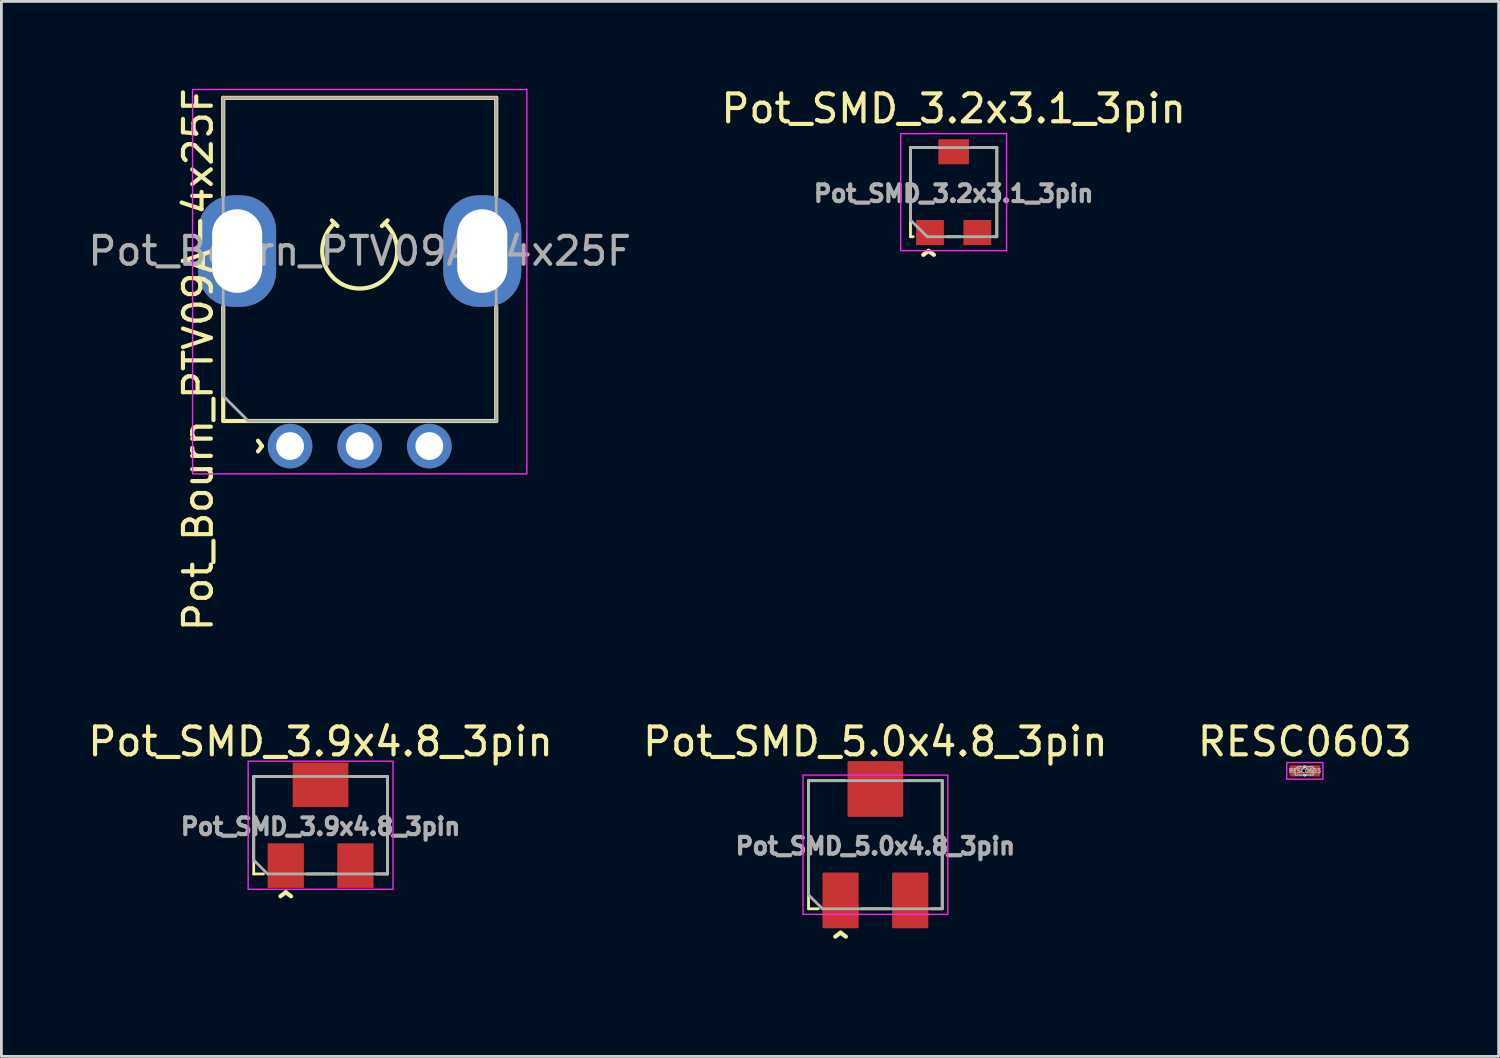
<source format=kicad_pcb>
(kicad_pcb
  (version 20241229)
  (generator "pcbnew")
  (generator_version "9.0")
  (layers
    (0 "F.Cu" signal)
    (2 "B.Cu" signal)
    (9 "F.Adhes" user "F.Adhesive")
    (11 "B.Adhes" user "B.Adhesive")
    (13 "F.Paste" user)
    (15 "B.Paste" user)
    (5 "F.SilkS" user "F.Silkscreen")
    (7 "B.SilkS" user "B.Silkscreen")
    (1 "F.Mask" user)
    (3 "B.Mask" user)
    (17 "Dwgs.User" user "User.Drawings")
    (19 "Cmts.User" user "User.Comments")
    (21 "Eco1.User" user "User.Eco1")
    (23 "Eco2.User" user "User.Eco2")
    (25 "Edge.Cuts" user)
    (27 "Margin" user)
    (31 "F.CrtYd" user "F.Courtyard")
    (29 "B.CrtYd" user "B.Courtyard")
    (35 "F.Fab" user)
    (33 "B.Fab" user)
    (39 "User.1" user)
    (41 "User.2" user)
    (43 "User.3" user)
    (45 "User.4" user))
  (footprint "Pot_Bourn_PTV09A-4x25F"
    (layer "F.Cu")
    (at 9.863 5.963)
    (property "Reference" "Pot_Bourn_PTV09A-4x25F" (at -5.8 3.9 90) (layer "F.SilkS") (effects (font (size 1 1) (thickness 0.15))))
    (fp_line (start -4.9 -5.5) (end -4.9 -2) (stroke (width 0.15) (type solid)) (layer "F.SilkS"))
    (fp_line (start -4.9 -5.5) (end 4.9 -5.5) (stroke (width 0.15) (type solid)) (layer "F.SilkS"))
    (fp_line (start -4.9 2) (end -4.9 6.1) (stroke (width 0.15) (type solid)) (layer "F.SilkS"))
    (fp_line (start -1 -1.1) (end -0.8 -0.9) (stroke (width 0.15) (type solid)) (layer "F.SilkS"))
    (fp_line (start 1 -1.1) (end 0.8 -0.9) (stroke (width 0.15) (type solid)) (layer "F.SilkS"))
    (fp_line (start 4.9 -2) (end 4.9 -5.5) (stroke (width 0.15) (type solid)) (layer "F.SilkS"))
    (fp_line (start 4.9 6.1) (end -4.9 6.1) (stroke (width 0.15) (type solid)) (layer "F.SilkS"))
    (fp_line (start 4.9 6.1) (end 4.9 2) (stroke (width 0.15) (type solid)) (layer "F.SilkS"))
    (fp_arc (start 0.899999 -0.999999) (mid 0 1.345361) (end -0.899999 -0.999999) (stroke (width 0.15) (type solid)) (layer "F.SilkS"))
    (fp_rect (start -6 -5.8) (end 6 8) (stroke (width 0.05) (type solid)) (fill no) (layer "F.CrtYd"))
    (fp_line (start -4.9 -5.5) (end 4.9 -5.5) (stroke (width 0.1) (type solid)) (layer "F.Fab"))
    (fp_line (start -4.9 5.2) (end -4.9 -5.5) (stroke (width 0.1) (type solid)) (layer "F.Fab"))
    (fp_line (start -4 6.1) (end -4.9 5.2) (stroke (width 0.1) (type solid)) (layer "F.Fab"))
    (fp_line (start 4.9 -5.5) (end 4.9 6.1) (stroke (width 0.1) (type solid)) (layer "F.Fab"))
    (fp_line (start 4.9 6.1) (end -4 6.1) (stroke (width 0.1) (type solid)) (layer "F.Fab"))
    (fp_text user "^" (at -4.1 7 270) (unlocked yes) (layer "F.SilkS") (effects (font (size 1 1) (thickness 0.15)) (justify mirror)))
    (fp_text user "${REFERENCE}" (at 0 0 0) (unlocked yes) (layer "F.Fab") (effects (font (size 1 1) (thickness 0.15))))
    (pad "" thru_hole roundrect (at -4.4 0) (size 2.8 4) (drill oval 1.8 3) (layers "*.Cu" "*.Mask") (roundrect_rratio 0.45))
    (pad "" thru_hole roundrect (at 4.4 0 180) (size 2.8 4) (drill oval 1.8 3) (layers "*.Cu" "*.Mask") (roundrect_rratio 0.45))
    (pad "1" thru_hole circle (at -2.5 7) (size 1.6 1.6) (drill 1) (layers "*.Cu" "*.Mask"))
    (pad "2" thru_hole circle (at 0 7) (size 1.6 1.6) (drill 1) (layers "*.Cu" "*.Mask"))
    (pad "3" thru_hole circle (at 2.5 7) (size 1.6 1.6) (drill 1) (layers "*.Cu" "*.Mask")))
  (footprint "Pot_SMD_3.9x4.8_3pin"
    (layer "F.Cu")
    (at 8.458 26.574)
    (property "Reference" "Pot_SMD_3.9x4.8_3pin" (at 0 -3 0) (layer "F.SilkS") (effects (font (size 1 1) (thickness 0.15))))
    (attr smd)
    (fp_line (start -2.4 -1.75) (end -2.4 1.75) (stroke (width 0.1) (type solid)) (layer "F.SilkS"))
    (fp_line (start -2.4 -1.75) (end -1.1 -1.75) (stroke (width 0.1) (type solid)) (layer "F.SilkS"))
    (fp_line (start -2.4 1.75) (end -2.05 1.75) (stroke (width 0.1) (type solid)) (layer "F.SilkS"))
    (fp_line (start -0.5 1.75) (end 0.5 1.75) (stroke (width 0.1) (type solid)) (layer "F.SilkS"))
    (fp_line (start 2.4 -1.75) (end 1.1 -1.75) (stroke (width 0.1) (type solid)) (layer "F.SilkS"))
    (fp_line (start 2.4 1.75) (end 2 1.75) (stroke (width 0.1) (type solid)) (layer "F.SilkS"))
    (fp_line (start 2.4 1.75) (end 2.4 -1.75) (stroke (width 0.1) (type solid)) (layer "F.SilkS"))
    (fp_rect (start -2.6 -2.3) (end 2.6 2.3) (stroke (width 0.05) (type solid)) (fill no) (layer "F.CrtYd"))
    (fp_line (start -2.4 -1.75) (end 2.4 -1.75) (stroke (width 0.1) (type solid)) (layer "F.Fab"))
    (fp_line (start -2.4 1.25) (end -2.4 -1.75) (stroke (width 0.1) (type solid)) (layer "F.Fab"))
    (fp_line (start -1.9 1.75) (end -2.4 1.25) (stroke (width 0.1) (type solid)) (layer "F.Fab"))
    (fp_line (start 2.4 -1.75) (end 2.4 1.75) (stroke (width 0.1) (type solid)) (layer "F.Fab"))
    (fp_line (start 2.4 1.75) (end -1.9 1.75) (stroke (width 0.1) (type solid)) (layer "F.Fab"))
    (fp_line (start 1.2 -1.15) (end 1.2 -0.15) (stroke (width 0.1) (type solid)) (layer "User.1"))
    (fp_line (start 1.7 -0.65) (end 0.7 -0.65) (stroke (width 0.1) (type solid)) (layer "User.1"))
    (fp_circle (center 1.2 -0.65) (end 1.95 -0.65) (stroke (width 0.1) (type solid)) (fill no) (layer "User.1"))
    (fp_text user "^" (at -1.25 3 0) (unlocked yes) (layer "F.SilkS") (effects (font (size 1 1) (thickness 0.15))))
    (fp_text user "${REFERENCE}" (at 0 0.05 0) (unlocked yes) (layer "F.Fab") (effects (font (size 0.6 0.6) (thickness 0.15))))
    (pad "1" smd rect (at -1.25 1.45) (size 1.3 1.6) (layers "F.Cu" "F.Mask" "F.Paste"))
    (pad "2" smd rect (at 0 -1.45) (size 2 1.6) (layers "F.Cu" "F.Mask" "F.Paste"))
    (pad "3" smd rect (at 1.25 1.45) (size 1.3 1.6) (layers "F.Cu" "F.Mask" "F.Paste")))
  (footprint "RESC0603"
    (layer "F.Cu")
    (at 43.792 24.624)
    (property "Reference" "RESC0603" (at 0 -1.05 0) (layer "F.SilkS") (effects (font (size 1 1) (thickness 0.15))))
    (attr smd)
    (fp_line (start 0.025 -0.15) (end -0.025 -0.15) (stroke (width 0.1) (type default)) (layer "F.SilkS"))
    (fp_line (start 0.025 0.15) (end -0.025 0.15) (stroke (width 0.1) (type default)) (layer "F.SilkS"))
    (fp_rect (start 0.65 -0.3) (end -0.65 0.3) (stroke (width 0.05) (type default)) (fill no) (layer "F.CrtYd"))
    (fp_poly (pts (xy 0.3 -0.15) (xy 0.3 0.15) (xy -0.35 0.15) (xy -0.35 -0.05) (xy -0.25 -0.15)) (stroke (width 0.05) (type solid)) (fill no) (layer "F.Fab"))
    (fp_text user "${REFERENCE}" (at 0 0 0) (layer "F.Fab") (effects (font (size 0.15 0.15) (thickness 0.037))))
    (pad "" smd roundrect (at -0.345 0) (size 0.318 0.36) (layers "F.Paste") (roundrect_rratio 0.157))
    (pad "" smd roundrect (at 0.345 0) (size 0.318 0.36) (layers "F.Paste") (roundrect_rratio 0.157))
    (pad "1" smd roundrect (at -0.32 0) (size 0.46 0.4) (layers "F.Cu" "F.Mask") (roundrect_rratio 0.125))
    (pad "2" smd roundrect (at 0.32 0) (size 0.46 0.4) (layers "F.Cu" "F.Mask") (roundrect_rratio 0.125)))
  (footprint "Pot_SMD_3.2x3.1_3pin"
    (layer "F.Cu")
    (at 31.185 3.848)
    (property "Reference" "Pot_SMD_3.2x3.1_3pin" (at 0 -3 0) (layer "F.SilkS") (effects (font (size 1 1) (thickness 0.15))))
    (attr smd)
    (fp_line (start -1.55 -1.6) (end -1.55 1.6) (stroke (width 0.1) (type solid)) (layer "F.SilkS"))
    (fp_line (start -1.55 -1.6) (end -0.65 -1.6) (stroke (width 0.1) (type solid)) (layer "F.SilkS"))
    (fp_line (start -1.55 1.6) (end -1.45 1.6) (stroke (width 0.1) (type solid)) (layer "F.SilkS"))
    (fp_line (start -0.25 1.6) (end 0.25 1.6) (stroke (width 0.1) (type solid)) (layer "F.SilkS"))
    (fp_line (start 1.55 -1.6) (end 0.65 -1.6) (stroke (width 0.1) (type solid)) (layer "F.SilkS"))
    (fp_line (start 1.55 1.6) (end 1.45 1.6) (stroke (width 0.1) (type solid)) (layer "F.SilkS"))
    (fp_line (start 1.55 1.6) (end 1.55 -1.6) (stroke (width 0.1) (type solid)) (layer "F.SilkS"))
    (fp_rect (start -1.9 -2.1) (end 1.9 2.1) (stroke (width 0.05) (type solid)) (fill no) (layer "F.CrtYd"))
    (fp_line (start -1.55 -1.6) (end 1.55 -1.6) (stroke (width 0.1) (type solid)) (layer "F.Fab"))
    (fp_line (start -1.55 1) (end -1.55 -1.6) (stroke (width 0.1) (type solid)) (layer "F.Fab"))
    (fp_line (start -0.95 1.6) (end -1.55 1) (stroke (width 0.1) (type solid)) (layer "F.Fab"))
    (fp_line (start 1.55 -1.6) (end 1.55 1.6) (stroke (width 0.1) (type solid)) (layer "F.Fab"))
    (fp_line (start 1.55 1.6) (end -0.95 1.6) (stroke (width 0.1) (type solid)) (layer "F.Fab"))
    (fp_line (start 0 -0.5) (end 0 0.5) (stroke (width 0.1) (type solid)) (layer "User.1"))
    (fp_line (start 0.5 0) (end -0.5 0) (stroke (width 0.1) (type solid)) (layer "User.1"))
    (fp_circle (center 0 0) (end 1.1 0) (stroke (width 0.1) (type solid)) (fill no) (layer "User.1"))
    (fp_text user "^" (at -0.9 2.7 0) (unlocked yes) (layer "F.SilkS") (effects (font (size 1 1) (thickness 0.15))))
    (fp_text user "${REFERENCE}" (at 0 0.05 0) (unlocked yes) (layer "F.Fab") (effects (font (size 0.6 0.6) (thickness 0.15))))
    (pad "1" smd rect (at -0.85 1.45) (size 1 0.9) (layers "F.Cu" "F.Mask" "F.Paste"))
    (pad "2" smd rect (at 0 -1.45) (size 1.1 0.9) (layers "F.Cu" "F.Mask" "F.Paste"))
    (pad "3" smd rect (at 0.85 1.45) (size 1 0.9) (layers "F.Cu" "F.Mask" "F.Paste")))
  (footprint "Pot_SMD_5.0x4.8_3pin"
    (layer "F.Cu")
    (at 28.375 27.274)
    (property "Reference" "Pot_SMD_5.0x4.8_3pin" (at 0 -3.7 0) (layer "F.SilkS") (effects (font (size 1 1) (thickness 0.15))))
    (attr smd)
    (fp_line (start -2.4 -2.3) (end -2.4 2.3) (stroke (width 0.1) (type solid)) (layer "F.SilkS"))
    (fp_line (start -2.4 -2.3) (end -1.1 -2.3) (stroke (width 0.1) (type solid)) (layer "F.SilkS"))
    (fp_line (start -2.4 2.3) (end -2.05 2.3) (stroke (width 0.1) (type solid)) (layer "F.SilkS"))
    (fp_line (start -0.5 2.3) (end 0.5 2.3) (stroke (width 0.1) (type solid)) (layer "F.SilkS"))
    (fp_line (start 2.4 -2.3) (end 1.1 -2.3) (stroke (width 0.1) (type solid)) (layer "F.SilkS"))
    (fp_line (start 2.4 2.3) (end 2 2.3) (stroke (width 0.1) (type solid)) (layer "F.SilkS"))
    (fp_line (start 2.4 2.3) (end 2.4 -2.3) (stroke (width 0.1) (type solid)) (layer "F.SilkS"))
    (fp_rect (start -2.6 -2.5) (end 2.6 2.5) (stroke (width 0.05) (type solid)) (fill no) (layer "F.CrtYd"))
    (fp_line (start -2.4 -2.3) (end 2.4 -2.3) (stroke (width 0.1) (type solid)) (layer "F.Fab"))
    (fp_line (start -2.4 1.8) (end -2.4 -2.3) (stroke (width 0.1) (type solid)) (layer "F.Fab"))
    (fp_line (start -1.9 2.3) (end -2.4 1.8) (stroke (width 0.1) (type solid)) (layer "F.Fab"))
    (fp_line (start 2.4 -2.3) (end 2.4 2.3) (stroke (width 0.1) (type solid)) (layer "F.Fab"))
    (fp_line (start 2.4 2.3) (end -1.9 2.3) (stroke (width 0.1) (type solid)) (layer "F.Fab"))
    (fp_line (start -1.65 -2.8) (end -1.65 -1.8) (stroke (width 0.1) (type solid)) (layer "User.1"))
    (fp_line (start -1.15 -2.3) (end -2.15 -2.3) (stroke (width 0.1) (type solid)) (layer "User.1"))
    (fp_circle (center -1.65 -2.3) (end -0.9 -2.3) (stroke (width 0.1) (type solid)) (fill no) (layer "User.1"))
    (fp_text user "^" (at -1.25 3.75 0) (unlocked yes) (layer "F.SilkS") (effects (font (size 1 1) (thickness 0.15))))
    (fp_text user "${REFERENCE}" (at 0 0.05 0) (unlocked yes) (layer "F.Fab") (effects (font (size 0.6 0.6) (thickness 0.15))))
    (pad "1" smd roundrect (at -1.25 2) (size 1.3 2) (layers "F.Cu" "F.Mask" "F.Paste") (roundrect_rratio 0.038))
    (pad "2" smd roundrect (at 0 -2) (size 2 2) (layers "F.Cu" "F.Mask" "F.Paste") (roundrect_rratio 0.025))
    (pad "3" smd roundrect (at 1.25 2) (size 1.3 2) (layers "F.Cu" "F.Mask" "F.Paste") (roundrect_rratio 0.038)))
  (gr_rect
    (start -3 -3)
    (end 50.75 34.873)
    (stroke (width 0.1) (type default))
    (fill no)
    (layer "Edge.Cuts")))
</source>
